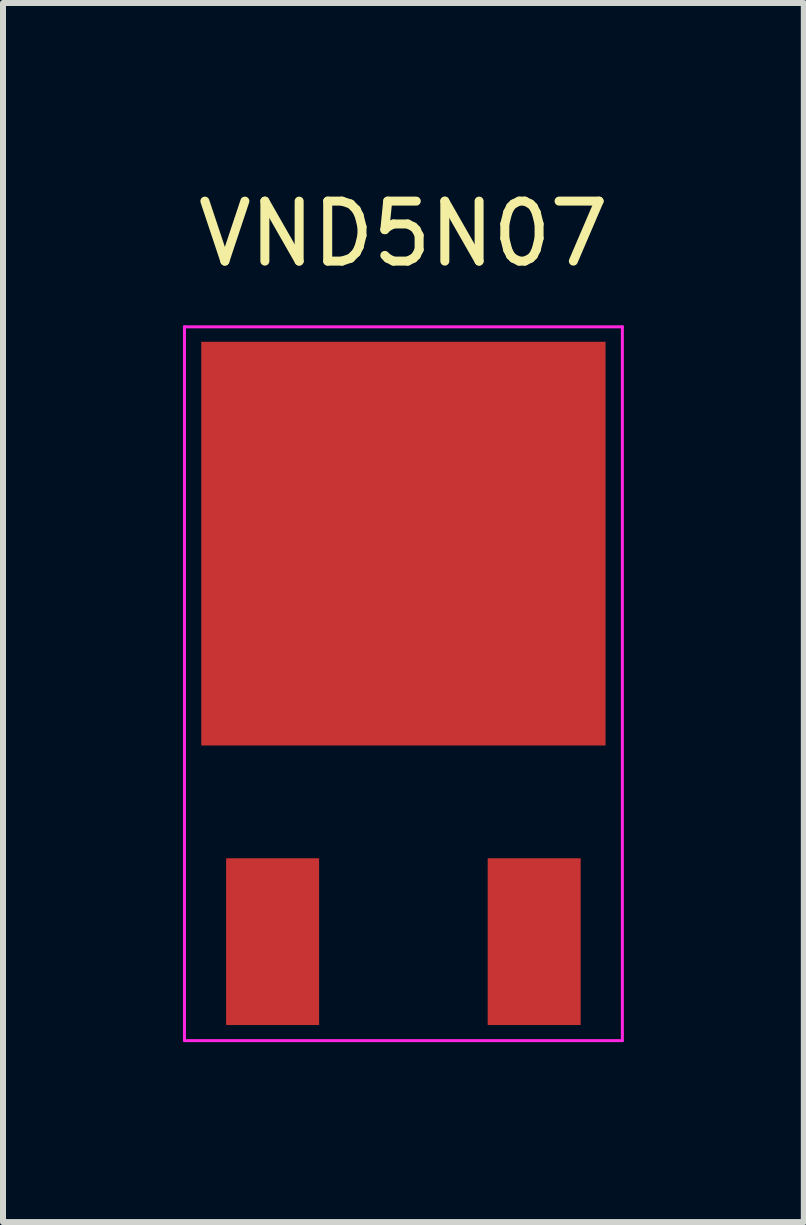
<source format=kicad_pcb>
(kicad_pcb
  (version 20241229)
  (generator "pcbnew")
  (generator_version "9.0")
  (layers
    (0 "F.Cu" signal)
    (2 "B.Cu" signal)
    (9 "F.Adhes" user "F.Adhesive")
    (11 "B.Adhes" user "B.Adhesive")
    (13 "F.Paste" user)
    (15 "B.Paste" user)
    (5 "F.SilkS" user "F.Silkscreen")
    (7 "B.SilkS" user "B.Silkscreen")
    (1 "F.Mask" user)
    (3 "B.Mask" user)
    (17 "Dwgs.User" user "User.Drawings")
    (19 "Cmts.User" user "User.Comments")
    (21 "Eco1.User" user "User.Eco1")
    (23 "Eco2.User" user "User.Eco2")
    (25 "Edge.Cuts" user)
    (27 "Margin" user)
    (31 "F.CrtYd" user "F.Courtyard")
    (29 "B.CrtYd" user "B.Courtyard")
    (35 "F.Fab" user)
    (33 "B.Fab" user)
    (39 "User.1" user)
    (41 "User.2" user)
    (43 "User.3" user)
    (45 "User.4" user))
  (footprint "VND5N07"
    (layer "F.Cu")
    (at 3.675 8.348)
    (property "Reference" "VND5N07" (at 0 -7.5 0) (layer "F.SilkS") (effects (font (size 1 1) (thickness 0.15))))
    (attr smd)
    (fp_line (start -3.65 -5.95) (end 3.65 -5.95) (stroke (width 0.05) (type solid)) (layer "F.CrtYd"))
    (fp_line (start -3.65 5.95) (end -3.65 -5.95) (stroke (width 0.05) (type solid)) (layer "F.CrtYd"))
    (fp_line (start 3.65 -5.95) (end 3.65 5.95) (stroke (width 0.05) (type solid)) (layer "F.CrtYd"))
    (fp_line (start 3.65 5.95) (end -3.65 5.95) (stroke (width 0.05) (type solid)) (layer "F.CrtYd"))
    (pad "1" smd rect (at -2.18 4.3) (size 1.55 2.78) (layers "F.Cu" "F.Mask" "F.Paste"))
    (pad "2" smd rect (at 0 -2.335) (size 6.74 6.73) (layers "F.Cu" "F.Mask" "F.Paste"))
    (pad "3" smd rect (at 2.18 4.3) (size 1.55 2.78) (layers "F.Cu" "F.Mask" "F.Paste")))
  (gr_rect
    (start -3 -3)
    (end 10.35 17.323)
    (stroke (width 0.1) (type default))
    (fill no)
    (layer "Edge.Cuts")))
</source>
